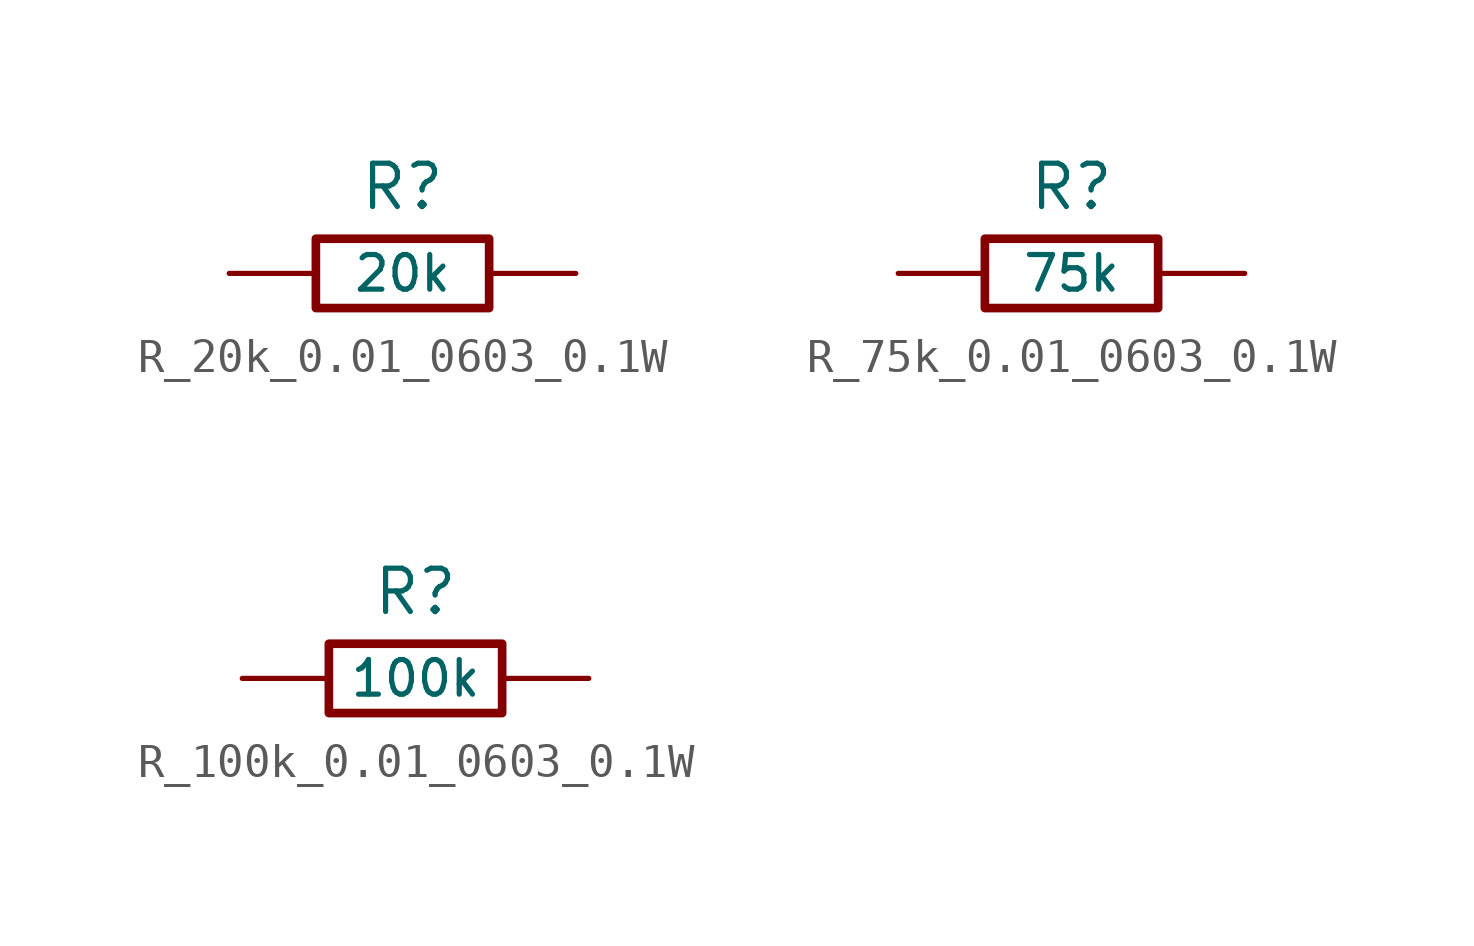
<source format=kicad_sym>
(kicad_symbol_lib
  (version 20220914)
  (generator kicad_symbol_editor)
  (symbol "R_20k_0.01_0603_0.1W"
    (pin_numbers hide)
    (pin_names
      (offset 0))
    (property "Reference" "R"
      (at 0 2.54 0)
      (effects (font (size 1.27 1.27))))
    (property "Value" "20k"
      (at 0 0 0)
      (effects (font (size 1.016 1.016))))
    (symbol "R_20k_0.01_0603_0.1W_0_1"
      (rectangle (start -2.54 -1.016) (end 2.54 1.016) (stroke (width 0.254) (type default)) (fill (type none))))
    (symbol "R_20k_0.01_0603_0.1W_1_1"
      (pin passive line (at -5.08 0 0) (length 2.54) (name "~" (effects (font (size 1.27 1.27)))) (number "1" (effects (font (size 1.27 1.27)))))
      (pin passive line (at 5.08 0 180) (length 2.54) (name "~" (effects (font (size 1.27 1.27)))) (number "2" (effects (font (size 1.27 1.27)))))))
  (symbol "R_75k_0.01_0603_0.1W"
    (pin_numbers hide)
    (pin_names
      (offset 0))
    (property "Reference" "R"
      (at 0 2.54 0)
      (effects (font (size 1.27 1.27))))
    (property "Value" "75k"
      (at 0 0 0)
      (effects (font (size 1.016 1.016))))
    (symbol "R_75k_0.01_0603_0.1W_0_1"
      (rectangle (start -2.54 -1.016) (end 2.54 1.016) (stroke (width 0.254) (type default)) (fill (type none))))
    (symbol "R_75k_0.01_0603_0.1W_1_1"
      (pin passive line (at -5.08 0 0) (length 2.54) (name "~" (effects (font (size 1.27 1.27)))) (number "1" (effects (font (size 1.27 1.27)))))
      (pin passive line (at 5.08 0 180) (length 2.54) (name "~" (effects (font (size 1.27 1.27)))) (number "2" (effects (font (size 1.27 1.27)))))))
  (symbol "R_100k_0.01_0603_0.1W"
    (pin_numbers hide)
    (pin_names
      (offset 0))
    (property "Reference" "R"
      (at 0 2.54 0)
      (effects (font (size 1.27 1.27))))
    (property "Value" "100k"
      (at 0 0 0)
      (effects (font (size 1.016 1.016))))
    (symbol "R_100k_0.01_0603_0.1W_0_1"
      (rectangle (start -2.54 -1.016) (end 2.54 1.016) (stroke (width 0.254) (type default)) (fill (type none))))
    (symbol "R_100k_0.01_0603_0.1W_1_1"
      (pin passive line (at -5.08 0 0) (length 2.54) (name "~" (effects (font (size 1.27 1.27)))) (number "1" (effects (font (size 1.27 1.27)))))
      (pin passive line (at 5.08 0 180) (length 2.54) (name "~" (effects (font (size 1.27 1.27)))) (number "2" (effects (font (size 1.27 1.27))))))))
</source>
